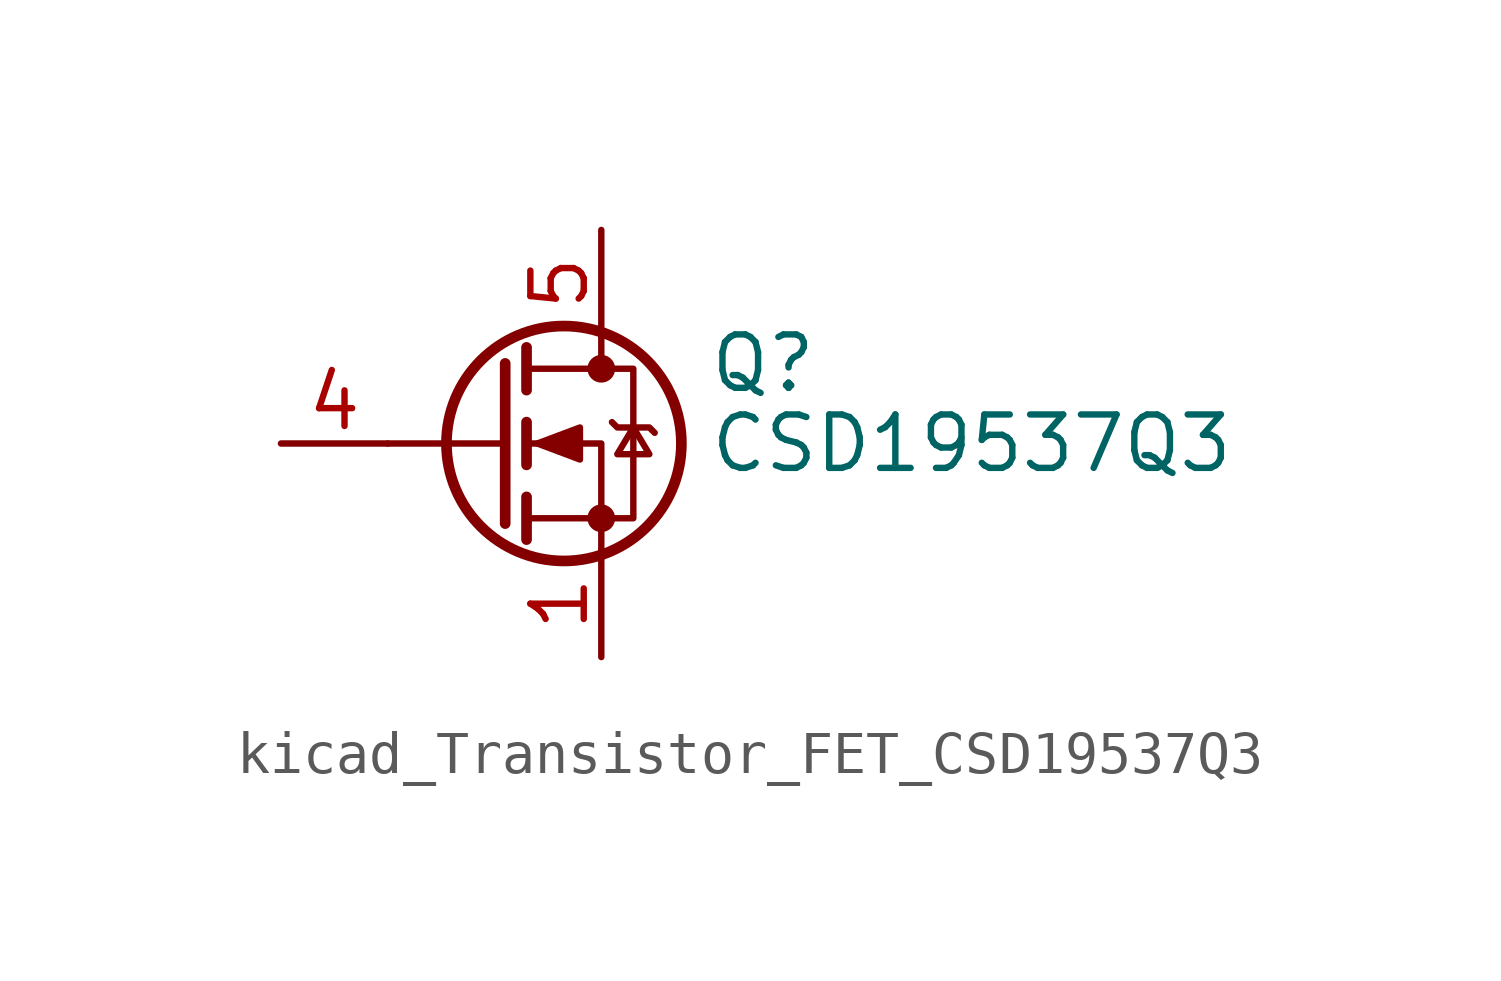
<source format=kicad_sym>
(kicad_symbol_lib
  (version 20220914)
  (generator kicad_symbol_editor)
  (symbol "kicad_Transistor_FET_CSD19537Q3"
    (pin_names hide)
    (property "Reference" "Q"
      (at 5.08 1.905 0)
      (effects (font (size 1.27 1.27)) (justify left)))
    (property "Value" "CSD19537Q3"
      (at 5.08 0 0)
      (effects (font (size 1.27 1.27)) (justify left)))
    (symbol "kicad_Transistor_FET_CSD19537Q3_0_1"
      (polyline (pts (xy 0.254 0) (xy -2.54 0)) (stroke (width 0) (type default)) (fill (type none)))
      (polyline (pts (xy 0.254 1.905) (xy 0.254 -1.905)) (stroke (width 0.254) (type default)) (fill (type none)))
      (polyline (pts (xy 0.762 -1.27) (xy 0.762 -2.286)) (stroke (width 0.254) (type default)) (fill (type none)))
      (polyline (pts (xy 0.762 0.508) (xy 0.762 -0.508)) (stroke (width 0.254) (type default)) (fill (type none)))
      (polyline (pts (xy 0.762 2.286) (xy 0.762 1.27)) (stroke (width 0.254) (type default)) (fill (type none)))
      (polyline (pts (xy 2.54 2.54) (xy 2.54 1.778)) (stroke (width 0) (type default)) (fill (type none)))
      (polyline (pts (xy 2.54 -2.54) (xy 2.54 0) (xy 0.762 0)) (stroke (width 0) (type default)) (fill (type none)))
      (polyline (pts (xy 0.762 -1.778) (xy 3.302 -1.778) (xy 3.302 1.778) (xy 0.762 1.778)) (stroke (width 0) (type default)) (fill (type none)))
      (polyline (pts (xy 1.016 0) (xy 2.032 0.381) (xy 2.032 -0.381) (xy 1.016 0)) (stroke (width 0) (type default)) (fill (type outline)))
      (polyline (pts (xy 2.794 0.508) (xy 2.921 0.381) (xy 3.683 0.381) (xy 3.81 0.254)) (stroke (width 0) (type default)) (fill (type none)))
      (polyline (pts (xy 3.302 0.381) (xy 2.921 -0.254) (xy 3.683 -0.254) (xy 3.302 0.381)) (stroke (width 0) (type default)) (fill (type none)))
      (circle (center 1.651 0) (radius 2.794) (stroke (width 0.254) (type default)) (fill (type none)))
      (circle (center 2.54 -1.778) (radius 0.254) (stroke (width 0) (type default)) (fill (type outline)))
      (circle (center 2.54 1.778) (radius 0.254) (stroke (width 0) (type default)) (fill (type outline))))
    (symbol "kicad_Transistor_FET_CSD19537Q3_1_1"
      (pin passive line (at 2.54 -5.08 90) (length 2.54) (name "S" (effects (font (size 1.27 1.27)))) (number "1" (effects (font (size 1.27 1.27)))))
      (pin passive line (at 2.54 -5.08 90) (length 2.54) hide (name "S" (effects (font (size 1.27 1.27)))) (number "2" (effects (font (size 1.27 1.27)))))
      (pin passive line (at 2.54 -5.08 90) (length 2.54) hide (name "S" (effects (font (size 1.27 1.27)))) (number "3" (effects (font (size 1.27 1.27)))))
      (pin passive line (at -5.08 0 0) (length 2.54) (name "G" (effects (font (size 1.27 1.27)))) (number "4" (effects (font (size 1.27 1.27)))))
      (pin passive line (at 2.54 5.08 270) (length 2.54) (name "D" (effects (font (size 1.27 1.27)))) (number "5" (effects (font (size 1.27 1.27))))))))
</source>
